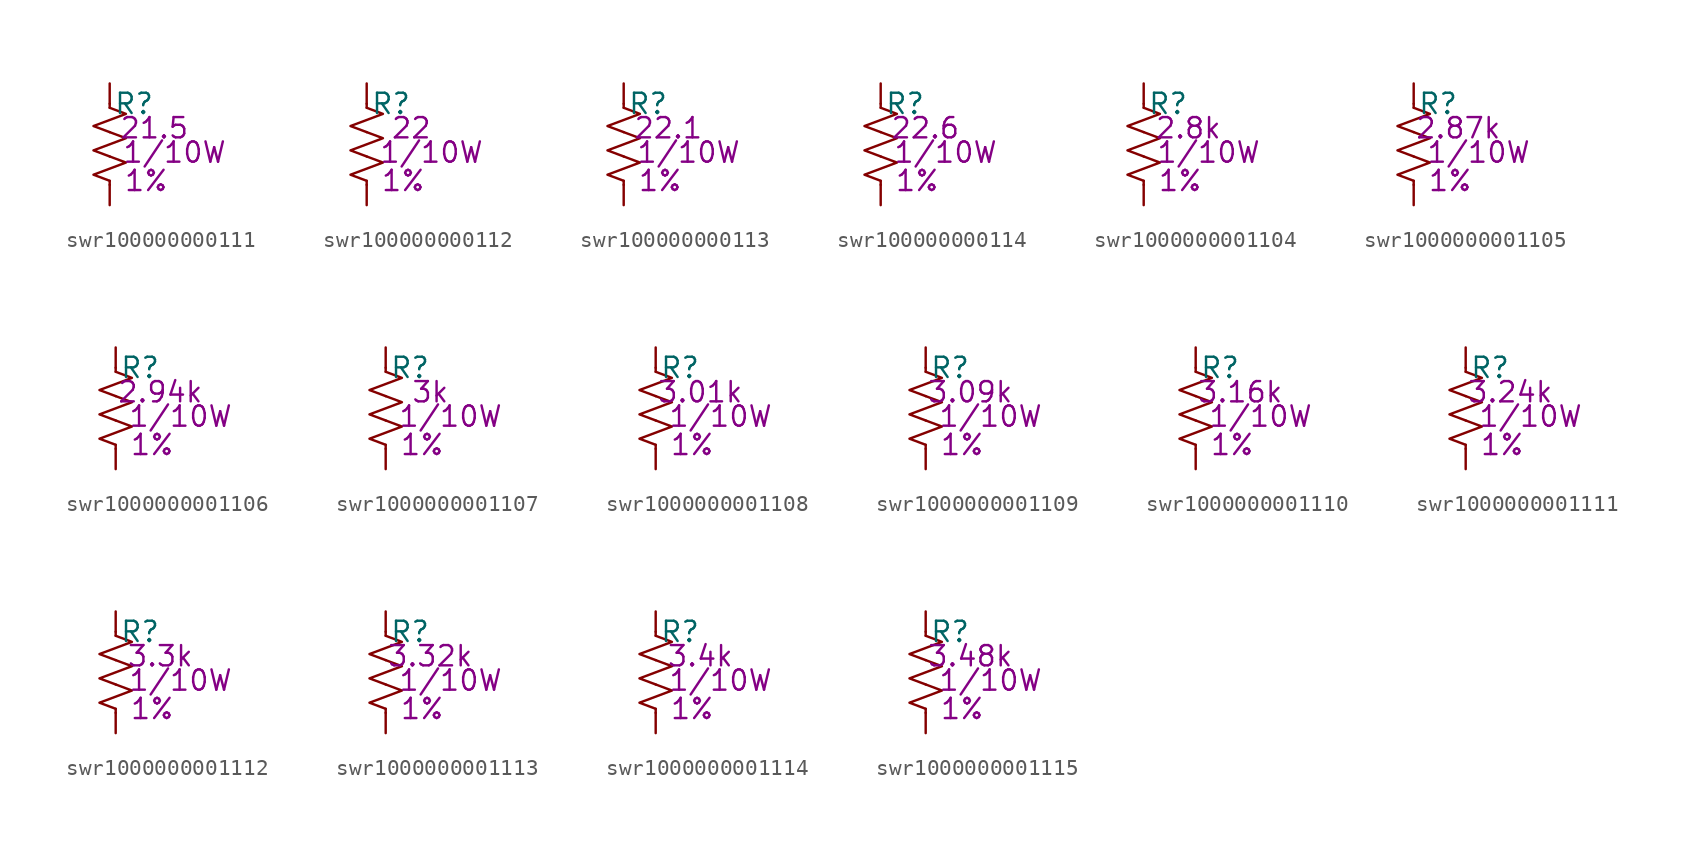
<source format=kicad_sym>
(kicad_symbol_lib
  (version 20211014)
  (generator kicad_symbol_editor)
  (symbol "swr100000000111"
    (pin_numbers hide)
    (pin_names
      (offset 1.016))
    (property "Reference" "R"
      (at 1.524 2.54 0)
      (effects (font (size 1.27 1.27))))
    (property "Tolerance" "1%"
      (at 2.286 -2.286 0)
      (effects (font (size 1.27 1.27))))
    (property "Wattage" "1/10W"
      (at 4.064 -0.508 0)
      (effects (font (size 1.27 1.27))))
    (property "PartValue" "21.5"
      (at 2.794 1.016 0)
      (effects (font (size 1.27 1.27))))
    (symbol "swr100000000111_1_1"
      (polyline (pts (xy 0 -2.286) (xy 0 -2.54)) (stroke (width 0) (type default) (color 0 0 0 0)) (fill (type none)))
      (polyline (pts (xy 0 2.286) (xy 0 2.54)) (stroke (width 0) (type default) (color 0 0 0 0)) (fill (type none)))
      (polyline (pts (xy 0 -0.762) (xy 1.016 -1.143) (xy 0 -1.524) (xy -1.016 -1.905) (xy 0 -2.286)) (stroke (width 0) (type default) (color 0 0 0 0)) (fill (type none)))
      (polyline (pts (xy 0 0.762) (xy 1.016 0.381) (xy 0 0) (xy -1.016 -0.381) (xy 0 -0.762)) (stroke (width 0) (type default) (color 0 0 0 0)) (fill (type none)))
      (polyline (pts (xy 0 2.286) (xy 1.016 1.905) (xy 0 1.524) (xy -1.016 1.143) (xy 0 0.762)) (stroke (width 0) (type default) (color 0 0 0 0)) (fill (type none)))
      (pin passive line (at 0 3.81 270) (length 1.27) (name "~" (effects (font (size 1.27 1.27)))) (number "1" (effects (font (size 1.27 1.27)))))
      (pin passive line (at 0 -3.81 90) (length 1.27) (name "~" (effects (font (size 1.27 1.27)))) (number "2" (effects (font (size 1.27 1.27)))))))
  (symbol "swr100000000112"
    (pin_numbers hide)
    (pin_names
      (offset 1.016))
    (property "Reference" "R"
      (at 1.524 2.54 0)
      (effects (font (size 1.27 1.27))))
    (property "Tolerance" "1%"
      (at 2.286 -2.286 0)
      (effects (font (size 1.27 1.27))))
    (property "Wattage" "1/10W"
      (at 4.064 -0.508 0)
      (effects (font (size 1.27 1.27))))
    (property "PartValue" "22"
      (at 2.794 1.016 0)
      (effects (font (size 1.27 1.27))))
    (symbol "swr100000000112_1_1"
      (polyline (pts (xy 0 -2.286) (xy 0 -2.54)) (stroke (width 0) (type default) (color 0 0 0 0)) (fill (type none)))
      (polyline (pts (xy 0 2.286) (xy 0 2.54)) (stroke (width 0) (type default) (color 0 0 0 0)) (fill (type none)))
      (polyline (pts (xy 0 -0.762) (xy 1.016 -1.143) (xy 0 -1.524) (xy -1.016 -1.905) (xy 0 -2.286)) (stroke (width 0) (type default) (color 0 0 0 0)) (fill (type none)))
      (polyline (pts (xy 0 0.762) (xy 1.016 0.381) (xy 0 0) (xy -1.016 -0.381) (xy 0 -0.762)) (stroke (width 0) (type default) (color 0 0 0 0)) (fill (type none)))
      (polyline (pts (xy 0 2.286) (xy 1.016 1.905) (xy 0 1.524) (xy -1.016 1.143) (xy 0 0.762)) (stroke (width 0) (type default) (color 0 0 0 0)) (fill (type none)))
      (pin passive line (at 0 3.81 270) (length 1.27) (name "~" (effects (font (size 1.27 1.27)))) (number "1" (effects (font (size 1.27 1.27)))))
      (pin passive line (at 0 -3.81 90) (length 1.27) (name "~" (effects (font (size 1.27 1.27)))) (number "2" (effects (font (size 1.27 1.27)))))))
  (symbol "swr100000000113"
    (pin_numbers hide)
    (pin_names
      (offset 1.016))
    (property "Reference" "R"
      (at 1.524 2.54 0)
      (effects (font (size 1.27 1.27))))
    (property "Tolerance" "1%"
      (at 2.286 -2.286 0)
      (effects (font (size 1.27 1.27))))
    (property "Wattage" "1/10W"
      (at 4.064 -0.508 0)
      (effects (font (size 1.27 1.27))))
    (property "PartValue" "22.1"
      (at 2.794 1.016 0)
      (effects (font (size 1.27 1.27))))
    (symbol "swr100000000113_1_1"
      (polyline (pts (xy 0 -2.286) (xy 0 -2.54)) (stroke (width 0) (type default) (color 0 0 0 0)) (fill (type none)))
      (polyline (pts (xy 0 2.286) (xy 0 2.54)) (stroke (width 0) (type default) (color 0 0 0 0)) (fill (type none)))
      (polyline (pts (xy 0 -0.762) (xy 1.016 -1.143) (xy 0 -1.524) (xy -1.016 -1.905) (xy 0 -2.286)) (stroke (width 0) (type default) (color 0 0 0 0)) (fill (type none)))
      (polyline (pts (xy 0 0.762) (xy 1.016 0.381) (xy 0 0) (xy -1.016 -0.381) (xy 0 -0.762)) (stroke (width 0) (type default) (color 0 0 0 0)) (fill (type none)))
      (polyline (pts (xy 0 2.286) (xy 1.016 1.905) (xy 0 1.524) (xy -1.016 1.143) (xy 0 0.762)) (stroke (width 0) (type default) (color 0 0 0 0)) (fill (type none)))
      (pin passive line (at 0 3.81 270) (length 1.27) (name "~" (effects (font (size 1.27 1.27)))) (number "1" (effects (font (size 1.27 1.27)))))
      (pin passive line (at 0 -3.81 90) (length 1.27) (name "~" (effects (font (size 1.27 1.27)))) (number "2" (effects (font (size 1.27 1.27)))))))
  (symbol "swr100000000114"
    (pin_numbers hide)
    (pin_names
      (offset 1.016))
    (property "Reference" "R"
      (at 1.524 2.54 0)
      (effects (font (size 1.27 1.27))))
    (property "Tolerance" "1%"
      (at 2.286 -2.286 0)
      (effects (font (size 1.27 1.27))))
    (property "Wattage" "1/10W"
      (at 4.064 -0.508 0)
      (effects (font (size 1.27 1.27))))
    (property "PartValue" "22.6"
      (at 2.794 1.016 0)
      (effects (font (size 1.27 1.27))))
    (symbol "swr100000000114_1_1"
      (polyline (pts (xy 0 -2.286) (xy 0 -2.54)) (stroke (width 0) (type default) (color 0 0 0 0)) (fill (type none)))
      (polyline (pts (xy 0 2.286) (xy 0 2.54)) (stroke (width 0) (type default) (color 0 0 0 0)) (fill (type none)))
      (polyline (pts (xy 0 -0.762) (xy 1.016 -1.143) (xy 0 -1.524) (xy -1.016 -1.905) (xy 0 -2.286)) (stroke (width 0) (type default) (color 0 0 0 0)) (fill (type none)))
      (polyline (pts (xy 0 0.762) (xy 1.016 0.381) (xy 0 0) (xy -1.016 -0.381) (xy 0 -0.762)) (stroke (width 0) (type default) (color 0 0 0 0)) (fill (type none)))
      (polyline (pts (xy 0 2.286) (xy 1.016 1.905) (xy 0 1.524) (xy -1.016 1.143) (xy 0 0.762)) (stroke (width 0) (type default) (color 0 0 0 0)) (fill (type none)))
      (pin passive line (at 0 3.81 270) (length 1.27) (name "~" (effects (font (size 1.27 1.27)))) (number "1" (effects (font (size 1.27 1.27)))))
      (pin passive line (at 0 -3.81 90) (length 1.27) (name "~" (effects (font (size 1.27 1.27)))) (number "2" (effects (font (size 1.27 1.27)))))))
  (symbol "swr1000000001104"
    (pin_numbers hide)
    (pin_names
      (offset 1.016))
    (property "Reference" "R"
      (at 1.524 2.54 0)
      (effects (font (size 1.27 1.27))))
    (property "Tolerance" "1%"
      (at 2.286 -2.286 0)
      (effects (font (size 1.27 1.27))))
    (property "Wattage" "1/10W"
      (at 4.064 -0.508 0)
      (effects (font (size 1.27 1.27))))
    (property "PartValue" "2.8k"
      (at 2.794 1.016 0)
      (effects (font (size 1.27 1.27))))
    (symbol "swr1000000001104_1_1"
      (polyline (pts (xy 0 -2.286) (xy 0 -2.54)) (stroke (width 0) (type default) (color 0 0 0 0)) (fill (type none)))
      (polyline (pts (xy 0 2.286) (xy 0 2.54)) (stroke (width 0) (type default) (color 0 0 0 0)) (fill (type none)))
      (polyline (pts (xy 0 -0.762) (xy 1.016 -1.143) (xy 0 -1.524) (xy -1.016 -1.905) (xy 0 -2.286)) (stroke (width 0) (type default) (color 0 0 0 0)) (fill (type none)))
      (polyline (pts (xy 0 0.762) (xy 1.016 0.381) (xy 0 0) (xy -1.016 -0.381) (xy 0 -0.762)) (stroke (width 0) (type default) (color 0 0 0 0)) (fill (type none)))
      (polyline (pts (xy 0 2.286) (xy 1.016 1.905) (xy 0 1.524) (xy -1.016 1.143) (xy 0 0.762)) (stroke (width 0) (type default) (color 0 0 0 0)) (fill (type none)))
      (pin passive line (at 0 3.81 270) (length 1.27) (name "~" (effects (font (size 1.27 1.27)))) (number "1" (effects (font (size 1.27 1.27)))))
      (pin passive line (at 0 -3.81 90) (length 1.27) (name "~" (effects (font (size 1.27 1.27)))) (number "2" (effects (font (size 1.27 1.27)))))))
  (symbol "swr1000000001105"
    (pin_numbers hide)
    (pin_names
      (offset 1.016))
    (property "Reference" "R"
      (at 1.524 2.54 0)
      (effects (font (size 1.27 1.27))))
    (property "Tolerance" "1%"
      (at 2.286 -2.286 0)
      (effects (font (size 1.27 1.27))))
    (property "Wattage" "1/10W"
      (at 4.064 -0.508 0)
      (effects (font (size 1.27 1.27))))
    (property "PartValue" "2.87k"
      (at 2.794 1.016 0)
      (effects (font (size 1.27 1.27))))
    (symbol "swr1000000001105_1_1"
      (polyline (pts (xy 0 -2.286) (xy 0 -2.54)) (stroke (width 0) (type default) (color 0 0 0 0)) (fill (type none)))
      (polyline (pts (xy 0 2.286) (xy 0 2.54)) (stroke (width 0) (type default) (color 0 0 0 0)) (fill (type none)))
      (polyline (pts (xy 0 -0.762) (xy 1.016 -1.143) (xy 0 -1.524) (xy -1.016 -1.905) (xy 0 -2.286)) (stroke (width 0) (type default) (color 0 0 0 0)) (fill (type none)))
      (polyline (pts (xy 0 0.762) (xy 1.016 0.381) (xy 0 0) (xy -1.016 -0.381) (xy 0 -0.762)) (stroke (width 0) (type default) (color 0 0 0 0)) (fill (type none)))
      (polyline (pts (xy 0 2.286) (xy 1.016 1.905) (xy 0 1.524) (xy -1.016 1.143) (xy 0 0.762)) (stroke (width 0) (type default) (color 0 0 0 0)) (fill (type none)))
      (pin passive line (at 0 3.81 270) (length 1.27) (name "~" (effects (font (size 1.27 1.27)))) (number "1" (effects (font (size 1.27 1.27)))))
      (pin passive line (at 0 -3.81 90) (length 1.27) (name "~" (effects (font (size 1.27 1.27)))) (number "2" (effects (font (size 1.27 1.27)))))))
  (symbol "swr1000000001106"
    (pin_numbers hide)
    (pin_names
      (offset 1.016))
    (property "Reference" "R"
      (at 1.524 2.54 0)
      (effects (font (size 1.27 1.27))))
    (property "Tolerance" "1%"
      (at 2.286 -2.286 0)
      (effects (font (size 1.27 1.27))))
    (property "Wattage" "1/10W"
      (at 4.064 -0.508 0)
      (effects (font (size 1.27 1.27))))
    (property "PartValue" "2.94k"
      (at 2.794 1.016 0)
      (effects (font (size 1.27 1.27))))
    (symbol "swr1000000001106_1_1"
      (polyline (pts (xy 0 -2.286) (xy 0 -2.54)) (stroke (width 0) (type default) (color 0 0 0 0)) (fill (type none)))
      (polyline (pts (xy 0 2.286) (xy 0 2.54)) (stroke (width 0) (type default) (color 0 0 0 0)) (fill (type none)))
      (polyline (pts (xy 0 -0.762) (xy 1.016 -1.143) (xy 0 -1.524) (xy -1.016 -1.905) (xy 0 -2.286)) (stroke (width 0) (type default) (color 0 0 0 0)) (fill (type none)))
      (polyline (pts (xy 0 0.762) (xy 1.016 0.381) (xy 0 0) (xy -1.016 -0.381) (xy 0 -0.762)) (stroke (width 0) (type default) (color 0 0 0 0)) (fill (type none)))
      (polyline (pts (xy 0 2.286) (xy 1.016 1.905) (xy 0 1.524) (xy -1.016 1.143) (xy 0 0.762)) (stroke (width 0) (type default) (color 0 0 0 0)) (fill (type none)))
      (pin passive line (at 0 3.81 270) (length 1.27) (name "~" (effects (font (size 1.27 1.27)))) (number "1" (effects (font (size 1.27 1.27)))))
      (pin passive line (at 0 -3.81 90) (length 1.27) (name "~" (effects (font (size 1.27 1.27)))) (number "2" (effects (font (size 1.27 1.27)))))))
  (symbol "swr1000000001107"
    (pin_numbers hide)
    (pin_names
      (offset 1.016))
    (property "Reference" "R"
      (at 1.524 2.54 0)
      (effects (font (size 1.27 1.27))))
    (property "Tolerance" "1%"
      (at 2.286 -2.286 0)
      (effects (font (size 1.27 1.27))))
    (property "Wattage" "1/10W"
      (at 4.064 -0.508 0)
      (effects (font (size 1.27 1.27))))
    (property "PartValue" "3k"
      (at 2.794 1.016 0)
      (effects (font (size 1.27 1.27))))
    (symbol "swr1000000001107_1_1"
      (polyline (pts (xy 0 -2.286) (xy 0 -2.54)) (stroke (width 0) (type default) (color 0 0 0 0)) (fill (type none)))
      (polyline (pts (xy 0 2.286) (xy 0 2.54)) (stroke (width 0) (type default) (color 0 0 0 0)) (fill (type none)))
      (polyline (pts (xy 0 -0.762) (xy 1.016 -1.143) (xy 0 -1.524) (xy -1.016 -1.905) (xy 0 -2.286)) (stroke (width 0) (type default) (color 0 0 0 0)) (fill (type none)))
      (polyline (pts (xy 0 0.762) (xy 1.016 0.381) (xy 0 0) (xy -1.016 -0.381) (xy 0 -0.762)) (stroke (width 0) (type default) (color 0 0 0 0)) (fill (type none)))
      (polyline (pts (xy 0 2.286) (xy 1.016 1.905) (xy 0 1.524) (xy -1.016 1.143) (xy 0 0.762)) (stroke (width 0) (type default) (color 0 0 0 0)) (fill (type none)))
      (pin passive line (at 0 3.81 270) (length 1.27) (name "~" (effects (font (size 1.27 1.27)))) (number "1" (effects (font (size 1.27 1.27)))))
      (pin passive line (at 0 -3.81 90) (length 1.27) (name "~" (effects (font (size 1.27 1.27)))) (number "2" (effects (font (size 1.27 1.27)))))))
  (symbol "swr1000000001108"
    (pin_numbers hide)
    (pin_names
      (offset 1.016))
    (property "Reference" "R"
      (at 1.524 2.54 0)
      (effects (font (size 1.27 1.27))))
    (property "Tolerance" "1%"
      (at 2.286 -2.286 0)
      (effects (font (size 1.27 1.27))))
    (property "Wattage" "1/10W"
      (at 4.064 -0.508 0)
      (effects (font (size 1.27 1.27))))
    (property "PartValue" "3.01k"
      (at 2.794 1.016 0)
      (effects (font (size 1.27 1.27))))
    (symbol "swr1000000001108_1_1"
      (polyline (pts (xy 0 -2.286) (xy 0 -2.54)) (stroke (width 0) (type default) (color 0 0 0 0)) (fill (type none)))
      (polyline (pts (xy 0 2.286) (xy 0 2.54)) (stroke (width 0) (type default) (color 0 0 0 0)) (fill (type none)))
      (polyline (pts (xy 0 -0.762) (xy 1.016 -1.143) (xy 0 -1.524) (xy -1.016 -1.905) (xy 0 -2.286)) (stroke (width 0) (type default) (color 0 0 0 0)) (fill (type none)))
      (polyline (pts (xy 0 0.762) (xy 1.016 0.381) (xy 0 0) (xy -1.016 -0.381) (xy 0 -0.762)) (stroke (width 0) (type default) (color 0 0 0 0)) (fill (type none)))
      (polyline (pts (xy 0 2.286) (xy 1.016 1.905) (xy 0 1.524) (xy -1.016 1.143) (xy 0 0.762)) (stroke (width 0) (type default) (color 0 0 0 0)) (fill (type none)))
      (pin passive line (at 0 3.81 270) (length 1.27) (name "~" (effects (font (size 1.27 1.27)))) (number "1" (effects (font (size 1.27 1.27)))))
      (pin passive line (at 0 -3.81 90) (length 1.27) (name "~" (effects (font (size 1.27 1.27)))) (number "2" (effects (font (size 1.27 1.27)))))))
  (symbol "swr1000000001109"
    (pin_numbers hide)
    (pin_names
      (offset 1.016))
    (property "Reference" "R"
      (at 1.524 2.54 0)
      (effects (font (size 1.27 1.27))))
    (property "Tolerance" "1%"
      (at 2.286 -2.286 0)
      (effects (font (size 1.27 1.27))))
    (property "Wattage" "1/10W"
      (at 4.064 -0.508 0)
      (effects (font (size 1.27 1.27))))
    (property "PartValue" "3.09k"
      (at 2.794 1.016 0)
      (effects (font (size 1.27 1.27))))
    (symbol "swr1000000001109_1_1"
      (polyline (pts (xy 0 -2.286) (xy 0 -2.54)) (stroke (width 0) (type default) (color 0 0 0 0)) (fill (type none)))
      (polyline (pts (xy 0 2.286) (xy 0 2.54)) (stroke (width 0) (type default) (color 0 0 0 0)) (fill (type none)))
      (polyline (pts (xy 0 -0.762) (xy 1.016 -1.143) (xy 0 -1.524) (xy -1.016 -1.905) (xy 0 -2.286)) (stroke (width 0) (type default) (color 0 0 0 0)) (fill (type none)))
      (polyline (pts (xy 0 0.762) (xy 1.016 0.381) (xy 0 0) (xy -1.016 -0.381) (xy 0 -0.762)) (stroke (width 0) (type default) (color 0 0 0 0)) (fill (type none)))
      (polyline (pts (xy 0 2.286) (xy 1.016 1.905) (xy 0 1.524) (xy -1.016 1.143) (xy 0 0.762)) (stroke (width 0) (type default) (color 0 0 0 0)) (fill (type none)))
      (pin passive line (at 0 3.81 270) (length 1.27) (name "~" (effects (font (size 1.27 1.27)))) (number "1" (effects (font (size 1.27 1.27)))))
      (pin passive line (at 0 -3.81 90) (length 1.27) (name "~" (effects (font (size 1.27 1.27)))) (number "2" (effects (font (size 1.27 1.27)))))))
  (symbol "swr1000000001110"
    (pin_numbers hide)
    (pin_names
      (offset 1.016))
    (property "Reference" "R"
      (at 1.524 2.54 0)
      (effects (font (size 1.27 1.27))))
    (property "Tolerance" "1%"
      (at 2.286 -2.286 0)
      (effects (font (size 1.27 1.27))))
    (property "Wattage" "1/10W"
      (at 4.064 -0.508 0)
      (effects (font (size 1.27 1.27))))
    (property "PartValue" "3.16k"
      (at 2.794 1.016 0)
      (effects (font (size 1.27 1.27))))
    (symbol "swr1000000001110_1_1"
      (polyline (pts (xy 0 -2.286) (xy 0 -2.54)) (stroke (width 0) (type default) (color 0 0 0 0)) (fill (type none)))
      (polyline (pts (xy 0 2.286) (xy 0 2.54)) (stroke (width 0) (type default) (color 0 0 0 0)) (fill (type none)))
      (polyline (pts (xy 0 -0.762) (xy 1.016 -1.143) (xy 0 -1.524) (xy -1.016 -1.905) (xy 0 -2.286)) (stroke (width 0) (type default) (color 0 0 0 0)) (fill (type none)))
      (polyline (pts (xy 0 0.762) (xy 1.016 0.381) (xy 0 0) (xy -1.016 -0.381) (xy 0 -0.762)) (stroke (width 0) (type default) (color 0 0 0 0)) (fill (type none)))
      (polyline (pts (xy 0 2.286) (xy 1.016 1.905) (xy 0 1.524) (xy -1.016 1.143) (xy 0 0.762)) (stroke (width 0) (type default) (color 0 0 0 0)) (fill (type none)))
      (pin passive line (at 0 3.81 270) (length 1.27) (name "~" (effects (font (size 1.27 1.27)))) (number "1" (effects (font (size 1.27 1.27)))))
      (pin passive line (at 0 -3.81 90) (length 1.27) (name "~" (effects (font (size 1.27 1.27)))) (number "2" (effects (font (size 1.27 1.27)))))))
  (symbol "swr1000000001111"
    (pin_numbers hide)
    (pin_names
      (offset 1.016))
    (property "Reference" "R"
      (at 1.524 2.54 0)
      (effects (font (size 1.27 1.27))))
    (property "Tolerance" "1%"
      (at 2.286 -2.286 0)
      (effects (font (size 1.27 1.27))))
    (property "Wattage" "1/10W"
      (at 4.064 -0.508 0)
      (effects (font (size 1.27 1.27))))
    (property "PartValue" "3.24k"
      (at 2.794 1.016 0)
      (effects (font (size 1.27 1.27))))
    (symbol "swr1000000001111_1_1"
      (polyline (pts (xy 0 -2.286) (xy 0 -2.54)) (stroke (width 0) (type default) (color 0 0 0 0)) (fill (type none)))
      (polyline (pts (xy 0 2.286) (xy 0 2.54)) (stroke (width 0) (type default) (color 0 0 0 0)) (fill (type none)))
      (polyline (pts (xy 0 -0.762) (xy 1.016 -1.143) (xy 0 -1.524) (xy -1.016 -1.905) (xy 0 -2.286)) (stroke (width 0) (type default) (color 0 0 0 0)) (fill (type none)))
      (polyline (pts (xy 0 0.762) (xy 1.016 0.381) (xy 0 0) (xy -1.016 -0.381) (xy 0 -0.762)) (stroke (width 0) (type default) (color 0 0 0 0)) (fill (type none)))
      (polyline (pts (xy 0 2.286) (xy 1.016 1.905) (xy 0 1.524) (xy -1.016 1.143) (xy 0 0.762)) (stroke (width 0) (type default) (color 0 0 0 0)) (fill (type none)))
      (pin passive line (at 0 3.81 270) (length 1.27) (name "~" (effects (font (size 1.27 1.27)))) (number "1" (effects (font (size 1.27 1.27)))))
      (pin passive line (at 0 -3.81 90) (length 1.27) (name "~" (effects (font (size 1.27 1.27)))) (number "2" (effects (font (size 1.27 1.27)))))))
  (symbol "swr1000000001112"
    (pin_numbers hide)
    (pin_names
      (offset 1.016))
    (property "Reference" "R"
      (at 1.524 2.54 0)
      (effects (font (size 1.27 1.27))))
    (property "Tolerance" "1%"
      (at 2.286 -2.286 0)
      (effects (font (size 1.27 1.27))))
    (property "Wattage" "1/10W"
      (at 4.064 -0.508 0)
      (effects (font (size 1.27 1.27))))
    (property "PartValue" "3.3k"
      (at 2.794 1.016 0)
      (effects (font (size 1.27 1.27))))
    (symbol "swr1000000001112_1_1"
      (polyline (pts (xy 0 -2.286) (xy 0 -2.54)) (stroke (width 0) (type default) (color 0 0 0 0)) (fill (type none)))
      (polyline (pts (xy 0 2.286) (xy 0 2.54)) (stroke (width 0) (type default) (color 0 0 0 0)) (fill (type none)))
      (polyline (pts (xy 0 -0.762) (xy 1.016 -1.143) (xy 0 -1.524) (xy -1.016 -1.905) (xy 0 -2.286)) (stroke (width 0) (type default) (color 0 0 0 0)) (fill (type none)))
      (polyline (pts (xy 0 0.762) (xy 1.016 0.381) (xy 0 0) (xy -1.016 -0.381) (xy 0 -0.762)) (stroke (width 0) (type default) (color 0 0 0 0)) (fill (type none)))
      (polyline (pts (xy 0 2.286) (xy 1.016 1.905) (xy 0 1.524) (xy -1.016 1.143) (xy 0 0.762)) (stroke (width 0) (type default) (color 0 0 0 0)) (fill (type none)))
      (pin passive line (at 0 3.81 270) (length 1.27) (name "~" (effects (font (size 1.27 1.27)))) (number "1" (effects (font (size 1.27 1.27)))))
      (pin passive line (at 0 -3.81 90) (length 1.27) (name "~" (effects (font (size 1.27 1.27)))) (number "2" (effects (font (size 1.27 1.27)))))))
  (symbol "swr1000000001113"
    (pin_numbers hide)
    (pin_names
      (offset 1.016))
    (property "Reference" "R"
      (at 1.524 2.54 0)
      (effects (font (size 1.27 1.27))))
    (property "Tolerance" "1%"
      (at 2.286 -2.286 0)
      (effects (font (size 1.27 1.27))))
    (property "Wattage" "1/10W"
      (at 4.064 -0.508 0)
      (effects (font (size 1.27 1.27))))
    (property "PartValue" "3.32k"
      (at 2.794 1.016 0)
      (effects (font (size 1.27 1.27))))
    (symbol "swr1000000001113_1_1"
      (polyline (pts (xy 0 -2.286) (xy 0 -2.54)) (stroke (width 0) (type default) (color 0 0 0 0)) (fill (type none)))
      (polyline (pts (xy 0 2.286) (xy 0 2.54)) (stroke (width 0) (type default) (color 0 0 0 0)) (fill (type none)))
      (polyline (pts (xy 0 -0.762) (xy 1.016 -1.143) (xy 0 -1.524) (xy -1.016 -1.905) (xy 0 -2.286)) (stroke (width 0) (type default) (color 0 0 0 0)) (fill (type none)))
      (polyline (pts (xy 0 0.762) (xy 1.016 0.381) (xy 0 0) (xy -1.016 -0.381) (xy 0 -0.762)) (stroke (width 0) (type default) (color 0 0 0 0)) (fill (type none)))
      (polyline (pts (xy 0 2.286) (xy 1.016 1.905) (xy 0 1.524) (xy -1.016 1.143) (xy 0 0.762)) (stroke (width 0) (type default) (color 0 0 0 0)) (fill (type none)))
      (pin passive line (at 0 3.81 270) (length 1.27) (name "~" (effects (font (size 1.27 1.27)))) (number "1" (effects (font (size 1.27 1.27)))))
      (pin passive line (at 0 -3.81 90) (length 1.27) (name "~" (effects (font (size 1.27 1.27)))) (number "2" (effects (font (size 1.27 1.27)))))))
  (symbol "swr1000000001114"
    (pin_numbers hide)
    (pin_names
      (offset 1.016))
    (property "Reference" "R"
      (at 1.524 2.54 0)
      (effects (font (size 1.27 1.27))))
    (property "Tolerance" "1%"
      (at 2.286 -2.286 0)
      (effects (font (size 1.27 1.27))))
    (property "Wattage" "1/10W"
      (at 4.064 -0.508 0)
      (effects (font (size 1.27 1.27))))
    (property "PartValue" "3.4k"
      (at 2.794 1.016 0)
      (effects (font (size 1.27 1.27))))
    (symbol "swr1000000001114_1_1"
      (polyline (pts (xy 0 -2.286) (xy 0 -2.54)) (stroke (width 0) (type default) (color 0 0 0 0)) (fill (type none)))
      (polyline (pts (xy 0 2.286) (xy 0 2.54)) (stroke (width 0) (type default) (color 0 0 0 0)) (fill (type none)))
      (polyline (pts (xy 0 -0.762) (xy 1.016 -1.143) (xy 0 -1.524) (xy -1.016 -1.905) (xy 0 -2.286)) (stroke (width 0) (type default) (color 0 0 0 0)) (fill (type none)))
      (polyline (pts (xy 0 0.762) (xy 1.016 0.381) (xy 0 0) (xy -1.016 -0.381) (xy 0 -0.762)) (stroke (width 0) (type default) (color 0 0 0 0)) (fill (type none)))
      (polyline (pts (xy 0 2.286) (xy 1.016 1.905) (xy 0 1.524) (xy -1.016 1.143) (xy 0 0.762)) (stroke (width 0) (type default) (color 0 0 0 0)) (fill (type none)))
      (pin passive line (at 0 3.81 270) (length 1.27) (name "~" (effects (font (size 1.27 1.27)))) (number "1" (effects (font (size 1.27 1.27)))))
      (pin passive line (at 0 -3.81 90) (length 1.27) (name "~" (effects (font (size 1.27 1.27)))) (number "2" (effects (font (size 1.27 1.27)))))))
  (symbol "swr1000000001115"
    (pin_numbers hide)
    (pin_names
      (offset 1.016))
    (property "Reference" "R"
      (at 1.524 2.54 0)
      (effects (font (size 1.27 1.27))))
    (property "Tolerance" "1%"
      (at 2.286 -2.286 0)
      (effects (font (size 1.27 1.27))))
    (property "Wattage" "1/10W"
      (at 4.064 -0.508 0)
      (effects (font (size 1.27 1.27))))
    (property "PartValue" "3.48k"
      (at 2.794 1.016 0)
      (effects (font (size 1.27 1.27))))
    (symbol "swr1000000001115_1_1"
      (polyline (pts (xy 0 -2.286) (xy 0 -2.54)) (stroke (width 0) (type default) (color 0 0 0 0)) (fill (type none)))
      (polyline (pts (xy 0 2.286) (xy 0 2.54)) (stroke (width 0) (type default) (color 0 0 0 0)) (fill (type none)))
      (polyline (pts (xy 0 -0.762) (xy 1.016 -1.143) (xy 0 -1.524) (xy -1.016 -1.905) (xy 0 -2.286)) (stroke (width 0) (type default) (color 0 0 0 0)) (fill (type none)))
      (polyline (pts (xy 0 0.762) (xy 1.016 0.381) (xy 0 0) (xy -1.016 -0.381) (xy 0 -0.762)) (stroke (width 0) (type default) (color 0 0 0 0)) (fill (type none)))
      (polyline (pts (xy 0 2.286) (xy 1.016 1.905) (xy 0 1.524) (xy -1.016 1.143) (xy 0 0.762)) (stroke (width 0) (type default) (color 0 0 0 0)) (fill (type none)))
      (pin passive line (at 0 3.81 270) (length 1.27) (name "~" (effects (font (size 1.27 1.27)))) (number "1" (effects (font (size 1.27 1.27)))))
      (pin passive line (at 0 -3.81 90) (length 1.27) (name "~" (effects (font (size 1.27 1.27)))) (number "2" (effects (font (size 1.27 1.27))))))))
</source>
